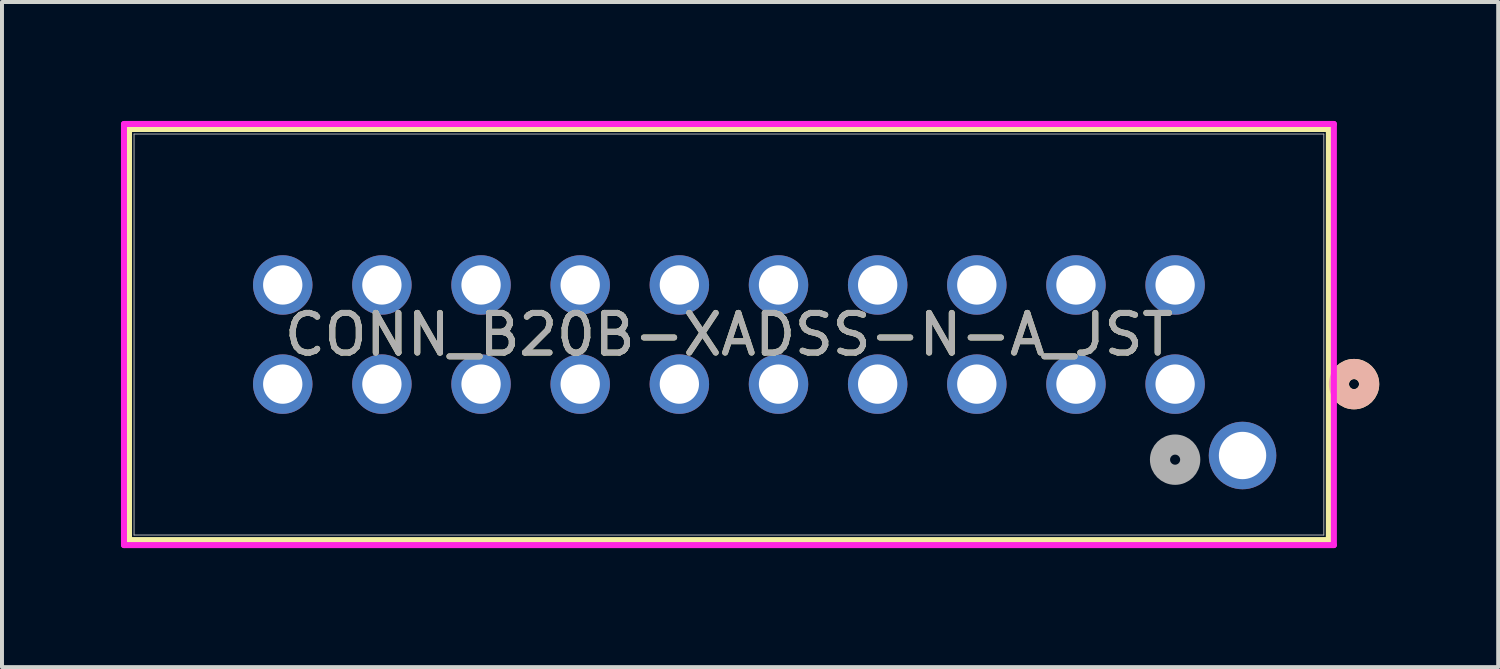
<source format=kicad_pcb>
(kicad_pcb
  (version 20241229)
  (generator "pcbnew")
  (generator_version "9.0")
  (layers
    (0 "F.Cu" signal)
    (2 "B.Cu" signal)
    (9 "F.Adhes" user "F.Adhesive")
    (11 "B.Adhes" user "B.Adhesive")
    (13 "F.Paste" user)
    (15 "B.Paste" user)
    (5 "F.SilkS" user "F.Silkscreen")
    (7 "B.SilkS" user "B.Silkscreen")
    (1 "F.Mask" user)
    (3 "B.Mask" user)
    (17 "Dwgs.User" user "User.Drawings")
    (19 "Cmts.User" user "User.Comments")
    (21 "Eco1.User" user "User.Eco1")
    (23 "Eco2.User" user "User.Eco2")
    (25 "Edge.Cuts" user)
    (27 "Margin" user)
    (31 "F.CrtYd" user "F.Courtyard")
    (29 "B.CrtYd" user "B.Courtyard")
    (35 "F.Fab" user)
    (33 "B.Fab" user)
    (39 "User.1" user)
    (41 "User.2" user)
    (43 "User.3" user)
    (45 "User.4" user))
  (footprint "CONN_B20B-XADSS-N-A_JST"
    (layer "F.Cu")
    (at 26.579 6.635)
    (property "Reference" "CONN_B20B-XADSS-N-A_JST" (at -11.25 -1.25 0) (unlocked yes) (layer "F.SilkS") (effects (font (size 1 1) (thickness 0.15))))
    (attr through_hole)
    (fp_line (start -26.376 -6.432) (end -26.376 3.932) (stroke (width 0.152) (type solid)) (layer "F.SilkS"))
    (fp_line (start -26.376 3.932) (end 3.876 3.932) (stroke (width 0.152) (type solid)) (layer "F.SilkS"))
    (fp_line (start 3.876 -6.432) (end -26.376 -6.432) (stroke (width 0.152) (type solid)) (layer "F.SilkS"))
    (fp_line (start 3.876 3.932) (end 3.876 -6.432) (stroke (width 0.152) (type solid)) (layer "F.SilkS"))
    (fp_circle (center 4.511 0) (end 4.892 0) (stroke (width 0.508) (type solid)) (fill no) (layer "F.SilkS"))
    (fp_circle (center 4.511 0) (end 4.892 0) (stroke (width 0.508) (type solid)) (fill no) (layer "B.SilkS"))
    (fp_line (start -26.503 -6.559) (end -26.503 4.059) (stroke (width 0.152) (type solid)) (layer "F.CrtYd"))
    (fp_line (start -26.503 4.059) (end 4.003 4.059) (stroke (width 0.152) (type solid)) (layer "F.CrtYd"))
    (fp_line (start 4.003 -6.559) (end -26.503 -6.559) (stroke (width 0.152) (type solid)) (layer "F.CrtYd"))
    (fp_line (start 4.003 4.059) (end 4.003 -6.559) (stroke (width 0.152) (type solid)) (layer "F.CrtYd"))
    (fp_line (start -26.249 -6.305) (end -26.249 3.805) (stroke (width 0.025) (type solid)) (layer "F.Fab"))
    (fp_line (start -26.249 3.805) (end 3.749 3.805) (stroke (width 0.025) (type solid)) (layer "F.Fab"))
    (fp_line (start 3.749 -6.305) (end -26.249 -6.305) (stroke (width 0.025) (type solid)) (layer "F.Fab"))
    (fp_line (start 3.749 3.805) (end 3.749 -6.305) (stroke (width 0.025) (type solid)) (layer "F.Fab"))
    (fp_circle (center 0 1.905) (end 0.381 1.905) (stroke (width 0.508) (type solid)) (fill no) (layer "F.Fab"))
    (fp_text user "${REFERENCE}" (at -11.25 -1.25 0) (unlocked yes) (layer "F.Fab") (effects (font (size 1 1) (thickness 0.15))))
    (pad "1" thru_hole circle (at 0 0) (size 1.499 1.499) (drill 0.991) (layers "*.Cu" "*.Mask"))
    (pad "2" thru_hole circle (at 0 -2.5) (size 1.499 1.499) (drill 0.991) (layers "*.Cu" "*.Mask"))
    (pad "3" thru_hole circle (at -2.5 0) (size 1.499 1.499) (drill 0.991) (layers "*.Cu" "*.Mask"))
    (pad "4" thru_hole circle (at -2.5 -2.5) (size 1.499 1.499) (drill 0.991) (layers "*.Cu" "*.Mask"))
    (pad "5" thru_hole circle (at -5 0) (size 1.499 1.499) (drill 0.991) (layers "*.Cu" "*.Mask"))
    (pad "6" thru_hole circle (at -5 -2.5) (size 1.499 1.499) (drill 0.991) (layers "*.Cu" "*.Mask"))
    (pad "7" thru_hole circle (at -7.5 0) (size 1.499 1.499) (drill 0.991) (layers "*.Cu" "*.Mask"))
    (pad "8" thru_hole circle (at -7.5 -2.5) (size 1.499 1.499) (drill 0.991) (layers "*.Cu" "*.Mask"))
    (pad "9" thru_hole circle (at -10 0) (size 1.499 1.499) (drill 0.991) (layers "*.Cu" "*.Mask"))
    (pad "10" thru_hole circle (at -10 -2.5) (size 1.499 1.499) (drill 0.991) (layers "*.Cu" "*.Mask"))
    (pad "11" thru_hole circle (at -12.5 0) (size 1.499 1.499) (drill 0.991) (layers "*.Cu" "*.Mask"))
    (pad "12" thru_hole circle (at -12.5 -2.5) (size 1.499 1.499) (drill 0.991) (layers "*.Cu" "*.Mask"))
    (pad "13" thru_hole circle (at -15 0) (size 1.499 1.499) (drill 0.991) (layers "*.Cu" "*.Mask"))
    (pad "14" thru_hole circle (at -15 -2.5) (size 1.499 1.499) (drill 0.991) (layers "*.Cu" "*.Mask"))
    (pad "15" thru_hole circle (at -17.5 0) (size 1.499 1.499) (drill 0.991) (layers "*.Cu" "*.Mask"))
    (pad "16" thru_hole circle (at -17.5 -2.5) (size 1.499 1.499) (drill 0.991) (layers "*.Cu" "*.Mask"))
    (pad "17" thru_hole circle (at -20 0) (size 1.499 1.499) (drill 0.991) (layers "*.Cu" "*.Mask"))
    (pad "18" thru_hole circle (at -20 -2.5) (size 1.499 1.499) (drill 0.991) (layers "*.Cu" "*.Mask"))
    (pad "19" thru_hole circle (at -22.5 0) (size 1.499 1.499) (drill 0.991) (layers "*.Cu" "*.Mask"))
    (pad "20" thru_hole circle (at -22.5 -2.5) (size 1.499 1.499) (drill 0.991) (layers "*.Cu" "*.Mask"))
    (pad "21" thru_hole circle (at 1.7 1.8) (size 1.702 1.702) (drill 1.194) (layers "*.Cu" "*.Mask")))
  (gr_rect
    (start -3 -3)
    (end 34.725 13.77)
    (stroke (width 0.1) (type default))
    (fill no)
    (layer "Edge.Cuts")))
</source>
